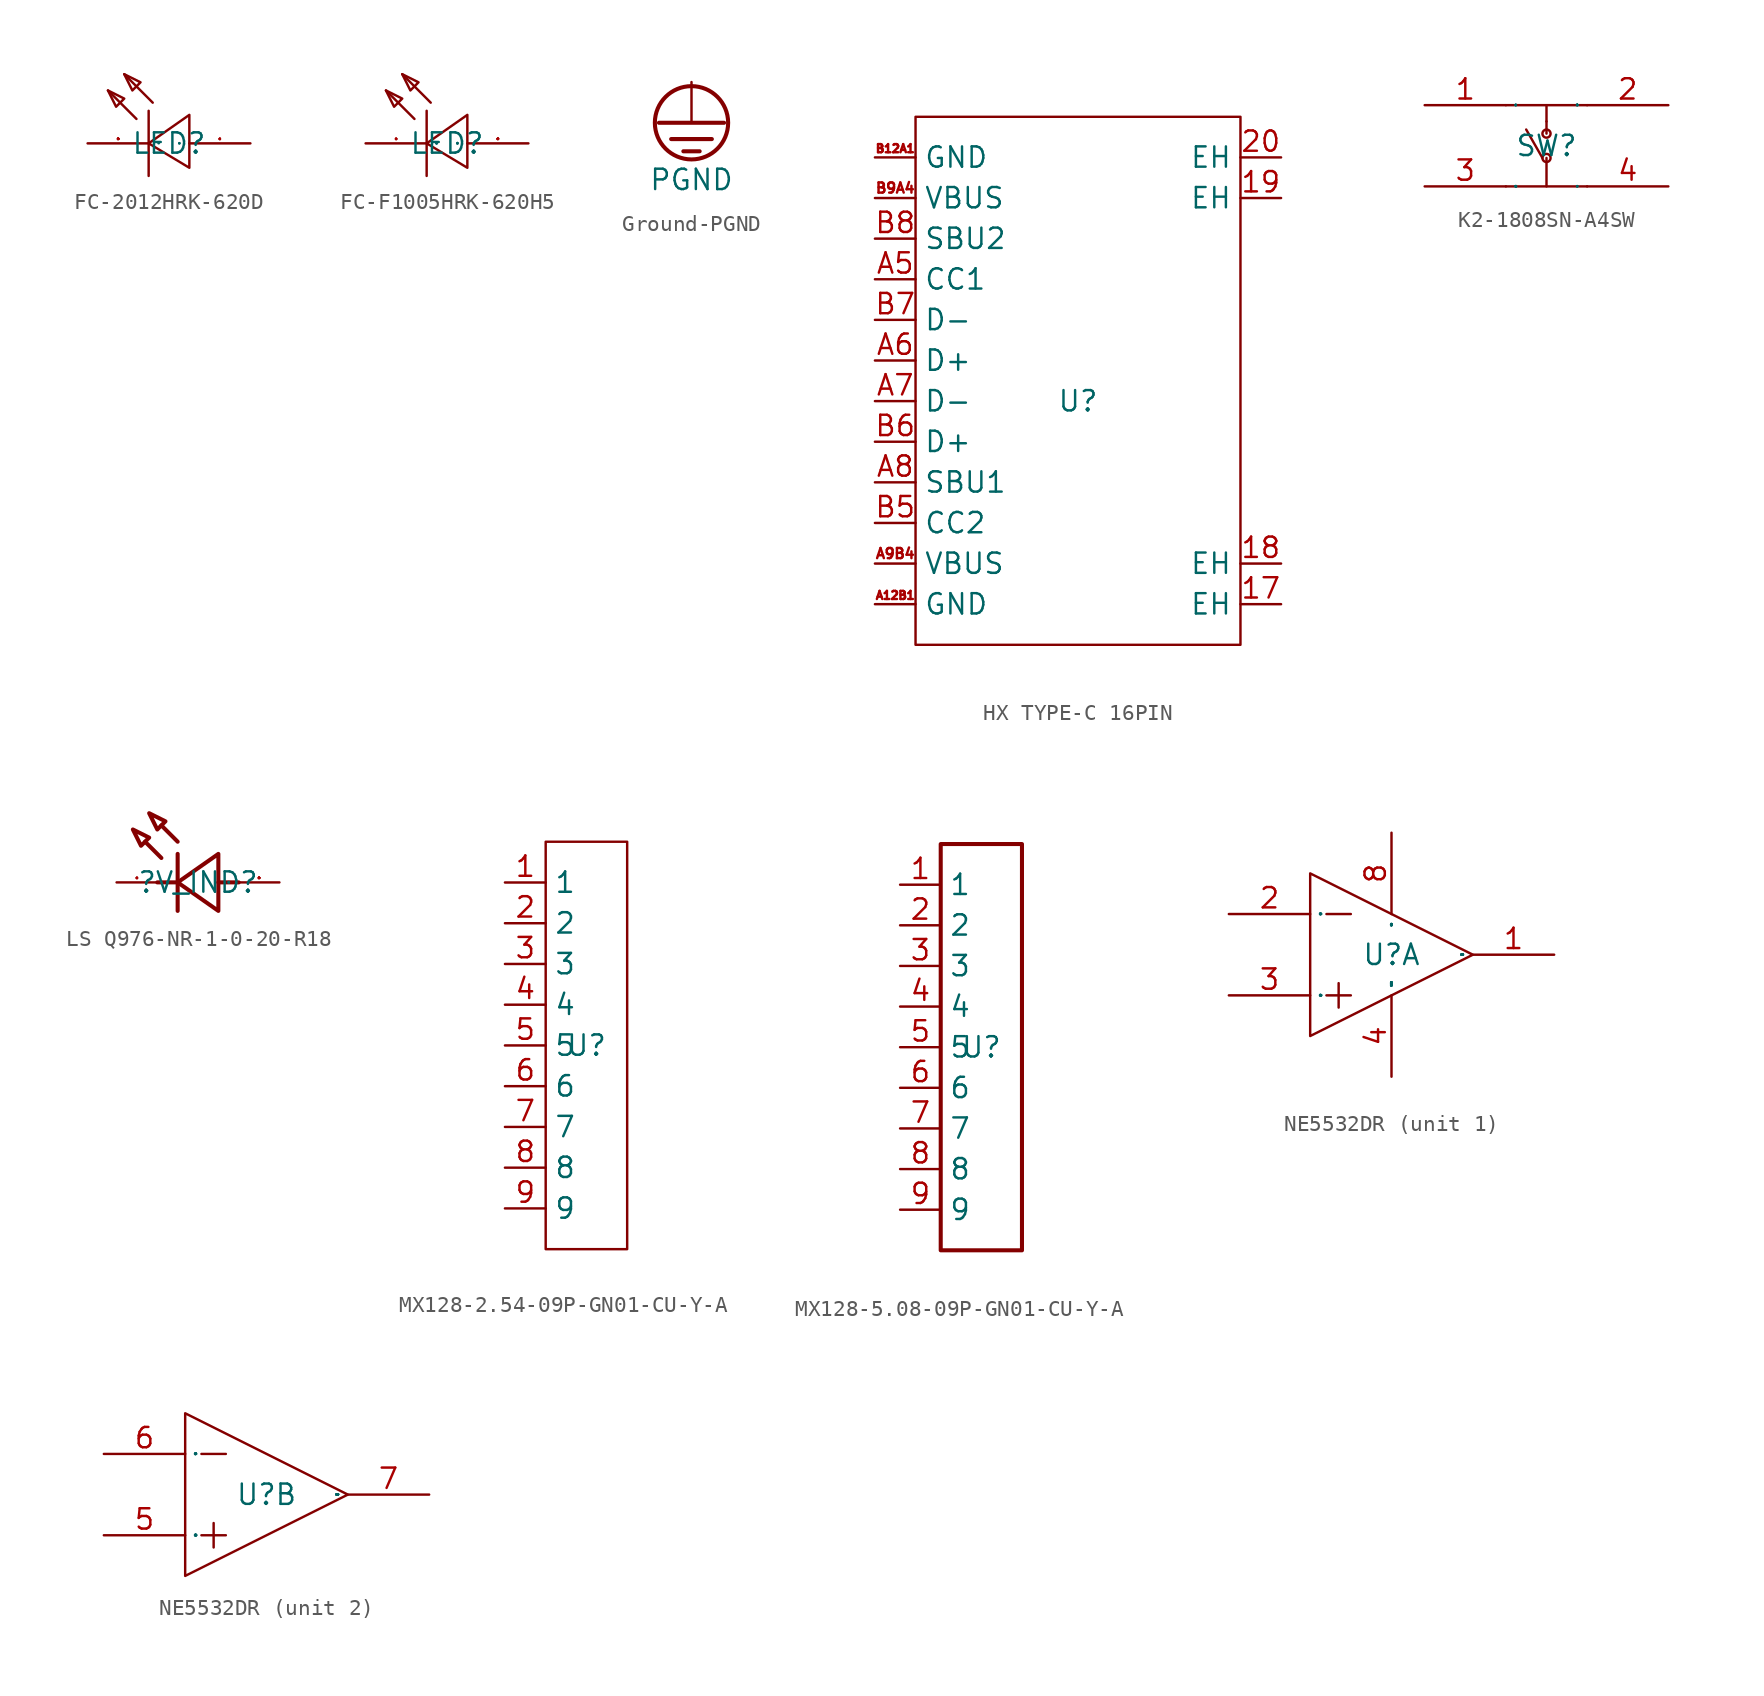
<source format=kicad_sym>
(kicad_symbol_lib
  (version 20241209)
  (generator "kicad_symbol_editor")
  (generator_version "9.0")
  (symbol "FC-2012HRK-620D"
    (property "Reference" "LED"
      (at 0 0 0)
      (effects (font (size 1.27 1.27))))
    (property "Value" ""
      (at 0 0 0)
      (effects (font (size 1.27 1.27))))
    (symbol "FC-2012HRK-620D_1_0"
      (polyline (pts (xy -3.81 3.302) (xy -2.794 2.794) (xy -2.794 2.794) (xy -3.302 2.286) (xy -3.302 2.286) (xy -3.81 3.302)) (stroke (width 0) (type default)) (fill (type none)))
      (polyline (pts (xy -2.794 4.318) (xy -1.778 3.81) (xy -1.778 3.81) (xy -2.286 3.302) (xy -2.286 3.302) (xy -2.794 4.318)) (stroke (width 0) (type default)) (fill (type none)))
      (polyline (pts (xy -2.032 1.524) (xy -3.81 3.302)) (stroke (width 0) (type default)) (fill (type none)))
      (polyline (pts (xy -1.27 2.032) (xy -1.27 -2.032)) (stroke (width 0) (type default)) (fill (type none)))
      (polyline (pts (xy -1.016 2.54) (xy -2.794 4.318)) (stroke (width 0) (type default)) (fill (type none)))
      (polyline (pts (xy 1.27 -1.524) (xy -1.27 0) (xy -1.27 0) (xy 1.27 1.778) (xy 1.27 1.778) (xy 1.27 -1.524)) (stroke (width 0) (type default)) (fill (type none)))
      (pin unspecified line (at -5.08 0 0) (length 3.81) (name "-" (effects (font (size 0.025 0.025)))) (number "2" (effects (font (size 0.025 0.025)))))
      (pin unspecified line (at 5.08 0 180) (length 3.81) (name "+" (effects (font (size 0.025 0.025)))) (number "1" (effects (font (size 0.025 0.025)))))))
  (symbol "FC-F1005HRK-620H5"
    (property "Reference" "LED"
      (at 0 0 0)
      (effects (font (size 1.27 1.27))))
    (property "Value" ""
      (at 0 0 0)
      (effects (font (size 1.27 1.27))))
    (symbol "FC-F1005HRK-620H5_1_0"
      (polyline (pts (xy -3.81 3.302) (xy -2.794 2.794) (xy -2.794 2.794) (xy -3.302 2.286) (xy -3.302 2.286) (xy -3.81 3.302)) (stroke (width 0) (type default)) (fill (type none)))
      (polyline (pts (xy -2.794 4.318) (xy -1.778 3.81) (xy -1.778 3.81) (xy -2.286 3.302) (xy -2.286 3.302) (xy -2.794 4.318)) (stroke (width 0) (type default)) (fill (type none)))
      (polyline (pts (xy -2.032 1.524) (xy -3.81 3.302)) (stroke (width 0) (type default)) (fill (type none)))
      (polyline (pts (xy -1.27 2.032) (xy -1.27 -2.032)) (stroke (width 0) (type default)) (fill (type none)))
      (polyline (pts (xy -1.016 2.54) (xy -2.794 4.318)) (stroke (width 0) (type default)) (fill (type none)))
      (polyline (pts (xy 1.27 -1.524) (xy -1.27 0) (xy -1.27 0) (xy 1.27 1.778) (xy 1.27 1.778) (xy 1.27 -1.524)) (stroke (width 0) (type default)) (fill (type none)))
      (pin input line (at -5.08 0 0) (length 3.81) (name "K" (effects (font (size 0.025 0.025)))) (number "1" (effects (font (size 0.025 0.025)))))
      (pin input line (at 5.08 0 180) (length 3.81) (name "A" (effects (font (size 0.025 0.025)))) (number "2" (effects (font (size 0.025 0.025)))))))
  (symbol "Ground-PGND"
    (power)
    (pin_numbers
      (hide yes))
    (pin_names
      (hide yes))
    (property "Reference" "#PWR"
      (at 0 0 0)
      (effects (font (size 1.27 1.27)) (hide yes)))
    (property "Value" "PGND"
      (at 0 -6.096 0)
      (effects (font (size 1.27 1.27))))
    (symbol "Ground-PGND_1_0"
      (polyline (pts (xy -2.032 -2.54) (xy 2.032 -2.54)) (stroke (width 0.254) (type default)) (fill (type none)))
      (polyline (pts (xy -1.27 -3.556) (xy 1.27 -3.556)) (stroke (width 0.254) (type default)) (fill (type none)))
      (polyline (pts (xy -0.508 -4.318) (xy 0.508 -4.318)) (stroke (width 0.254) (type default)) (fill (type none)))
      (circle (center 0 -2.54) (radius 2.286) (stroke (width 0.254) (type solid)) (fill (type none)))
      (pin power_in line (at 0 0 270) (length 2.54) (name "" (effects (font (size 1.27 1.27)))) (number "1" (effects (font (size 0.025 0.025)))))))
  (symbol "HX TYPE-C 16PIN"
    (property "Reference" "U"
      (at 0 0 0)
      (effects (font (size 1.27 1.27))))
    (property "Value" ""
      (at 0 0 0)
      (effects (font (size 1.27 1.27))))
    (symbol "HX TYPE-C 16PIN_1_0"
      (rectangle (start -10.16 -15.24) (end 10.16 17.78) (stroke (width 0) (type default)) (fill (type none)))
      (pin unspecified line (at -12.7 15.24 0) (length 2.54) (name "GND" (effects (font (size 1.27 1.27)))) (number "B12A1" (effects (font (size 0.508 0.508)))))
      (pin unspecified line (at -12.7 12.7 0) (length 2.54) (name "VBUS" (effects (font (size 1.27 1.27)))) (number "B9A4" (effects (font (size 0.635 0.635)))))
      (pin unspecified line (at -12.7 10.16 0) (length 2.54) (name "SBU2" (effects (font (size 1.27 1.27)))) (number "B8" (effects (font (size 1.27 1.27)))))
      (pin unspecified line (at -12.7 7.62 0) (length 2.54) (name "CC1" (effects (font (size 1.27 1.27)))) (number "A5" (effects (font (size 1.27 1.27)))))
      (pin unspecified line (at -12.7 5.08 0) (length 2.54) (name "D-" (effects (font (size 1.27 1.27)))) (number "B7" (effects (font (size 1.27 1.27)))))
      (pin unspecified line (at -12.7 2.54 0) (length 2.54) (name "D+" (effects (font (size 1.27 1.27)))) (number "A6" (effects (font (size 1.27 1.27)))))
      (pin unspecified line (at -12.7 0 0) (length 2.54) (name "D-" (effects (font (size 1.27 1.27)))) (number "A7" (effects (font (size 1.27 1.27)))))
      (pin unspecified line (at -12.7 -2.54 0) (length 2.54) (name "D+" (effects (font (size 1.27 1.27)))) (number "B6" (effects (font (size 1.27 1.27)))))
      (pin unspecified line (at -12.7 -5.08 0) (length 2.54) (name "SBU1" (effects (font (size 1.27 1.27)))) (number "A8" (effects (font (size 1.27 1.27)))))
      (pin unspecified line (at -12.7 -7.62 0) (length 2.54) (name "CC2" (effects (font (size 1.27 1.27)))) (number "B5" (effects (font (size 1.27 1.27)))))
      (pin unspecified line (at -12.7 -10.16 0) (length 2.54) (name "VBUS" (effects (font (size 1.27 1.27)))) (number "A9B4" (effects (font (size 0.635 0.635)))))
      (pin unspecified line (at -12.7 -12.7 0) (length 2.54) (name "GND" (effects (font (size 1.27 1.27)))) (number "A12B1" (effects (font (size 0.508 0.508)))))
      (pin unspecified line (at 12.7 15.24 180) (length 2.54) (name "EH" (effects (font (size 1.27 1.27)))) (number "20" (effects (font (size 1.27 1.27)))))
      (pin unspecified line (at 12.7 12.7 180) (length 2.54) (name "EH" (effects (font (size 1.27 1.27)))) (number "19" (effects (font (size 1.27 1.27)))))
      (pin unspecified line (at 12.7 -10.16 180) (length 2.54) (name "EH" (effects (font (size 1.27 1.27)))) (number "18" (effects (font (size 1.27 1.27)))))
      (pin unspecified line (at 12.7 -12.7 180) (length 2.54) (name "EH" (effects (font (size 1.27 1.27)))) (number "17" (effects (font (size 1.27 1.27)))))))
  (symbol "K2-1808SN-A4SW"
    (property "Reference" "SW"
      (at 0 0 0)
      (effects (font (size 1.27 1.27))))
    (property "Value" ""
      (at 0 0 0)
      (effects (font (size 1.27 1.27))))
    (symbol "K2-1808SN-A4SW_1_0"
      (polyline (pts (xy -2.54 2.54) (xy 2.54 2.54)) (stroke (width 0) (type default)) (fill (type none)))
      (polyline (pts (xy -2.54 -2.54) (xy 2.54 -2.54)) (stroke (width 0) (type default)) (fill (type none)))
      (polyline (pts (xy -1.27 1.016) (xy -0.254 -0.762)) (stroke (width 0) (type default)) (fill (type none)))
      (polyline (pts (xy 0 2.54) (xy 0 1.524)) (stroke (width 0) (type default)) (fill (type none)))
      (polyline (pts (xy 0 1.524) (xy 0 0.762)) (stroke (width 0) (type default)) (fill (type none)))
      (circle (center 0 0.762) (radius 0.254) (stroke (width 0) (type default)) (fill (type none)))
      (circle (center 0 -0.762) (radius 0.254) (stroke (width 0) (type default)) (fill (type none)))
      (polyline (pts (xy 0 -2.54) (xy 0 -0.762)) (stroke (width 0) (type default)) (fill (type none)))
      (pin input line (at -7.62 2.54 0) (length 5.08) (name "1" (effects (font (size 0.025 0.025)))) (number "1" (effects (font (size 1.27 1.27)))))
      (pin input line (at -7.62 -2.54 0) (length 5.08) (name "3" (effects (font (size 0.025 0.025)))) (number "3" (effects (font (size 1.27 1.27)))))
      (pin input line (at 7.62 2.54 180) (length 5.08) (name "2" (effects (font (size 0.025 0.025)))) (number "2" (effects (font (size 1.27 1.27)))))
      (pin input line (at 7.62 -2.54 180) (length 5.08) (name "4" (effects (font (size 0.025 0.025)))) (number "4" (effects (font (size 1.27 1.27)))))))
  (symbol "LS Q976-NR-1-0-20-R18"
    (property "Reference" "?V_IND"
      (at 0 0 0)
      (effects (font (size 1.27 1.27))))
    (property "Value" ""
      (at 0 0 0)
      (effects (font (size 1.27 1.27))))
    (symbol "LS Q976-NR-1-0-20-R18_1_0"
      (polyline (pts (xy -4.064 3.302) (xy -3.048 2.794) (xy -3.048 2.794) (xy -3.556 2.286) (xy -3.556 2.286) (xy -4.064 3.302)) (stroke (width 0.254) (type default)) (fill (type none)))
      (polyline (pts (xy -3.048 4.318) (xy -2.032 3.81) (xy -2.032 3.81) (xy -2.54 3.302) (xy -2.54 3.302) (xy -3.048 4.318)) (stroke (width 0.254) (type default)) (fill (type none)))
      (polyline (pts (xy -2.286 1.524) (xy -3.302 2.54)) (stroke (width 0.254) (type default)) (fill (type none)))
      (polyline (pts (xy -1.27 2.54) (xy -2.286 3.556)) (stroke (width 0.254) (type default)) (fill (type none)))
      (polyline (pts (xy -1.27 1.778) (xy -1.27 -1.778)) (stroke (width 0.254) (type default)) (fill (type none)))
      (polyline (pts (xy -1.27 0) (xy -2.54 0)) (stroke (width 0.254) (type default)) (fill (type none)))
      (polyline (pts (xy 1.27 1.778) (xy -1.27 0) (xy -1.27 0) (xy 1.27 -1.778) (xy 1.27 -1.778) (xy 1.27 1.778)) (stroke (width 0.254) (type default)) (fill (type none)))
      (polyline (pts (xy 2.54 0) (xy 1.27 0)) (stroke (width 0.254) (type default)) (fill (type none)))
      (pin unspecified line (at -5.08 0 0) (length 2.54) (name "K" (effects (font (size 0.025 0.025)))) (number "1" (effects (font (size 0.025 0.025)))))
      (pin unspecified line (at 5.08 0 180) (length 2.54) (name "A" (effects (font (size 0.025 0.025)))) (number "2" (effects (font (size 0.025 0.025)))))))
  (symbol "MX128-2.54-09P-GN01-CU-Y-A"
    (property "Reference" "U"
      (at 0 0 0)
      (effects (font (size 1.27 1.27))))
    (property "Value" ""
      (at 0 0 0)
      (effects (font (size 1.27 1.27))))
    (symbol "MX128-2.54-09P-GN01-CU-Y-A_1_0"
      (rectangle (start -2.54 12.7) (end 2.54 -12.7) (stroke (width 0) (type default)) (fill (type none)))
      (pin unspecified line (at -5.08 10.16 0) (length 2.54) (name "1" (effects (font (size 1.27 1.27)))) (number "1" (effects (font (size 1.27 1.27)))))
      (pin unspecified line (at -5.08 7.62 0) (length 2.54) (name "2" (effects (font (size 1.27 1.27)))) (number "2" (effects (font (size 1.27 1.27)))))
      (pin unspecified line (at -5.08 5.08 0) (length 2.54) (name "3" (effects (font (size 1.27 1.27)))) (number "3" (effects (font (size 1.27 1.27)))))
      (pin unspecified line (at -5.08 2.54 0) (length 2.54) (name "4" (effects (font (size 1.27 1.27)))) (number "4" (effects (font (size 1.27 1.27)))))
      (pin unspecified line (at -5.08 0 0) (length 2.54) (name "5" (effects (font (size 1.27 1.27)))) (number "5" (effects (font (size 1.27 1.27)))))
      (pin unspecified line (at -5.08 -2.54 0) (length 2.54) (name "6" (effects (font (size 1.27 1.27)))) (number "6" (effects (font (size 1.27 1.27)))))
      (pin unspecified line (at -5.08 -5.08 0) (length 2.54) (name "7" (effects (font (size 1.27 1.27)))) (number "7" (effects (font (size 1.27 1.27)))))
      (pin unspecified line (at -5.08 -7.62 0) (length 2.54) (name "8" (effects (font (size 1.27 1.27)))) (number "8" (effects (font (size 1.27 1.27)))))
      (pin unspecified line (at -5.08 -10.16 0) (length 2.54) (name "9" (effects (font (size 1.27 1.27)))) (number "9" (effects (font (size 1.27 1.27)))))))
  (symbol "MX128-5.08-09P-GN01-CU-Y-A"
    (property "Reference" "U"
      (at 0 0 0)
      (effects (font (size 1.27 1.27))))
    (property "Value" ""
      (at 0 0 0)
      (effects (font (size 1.27 1.27))))
    (symbol "MX128-5.08-09P-GN01-CU-Y-A_1_0"
      (rectangle (start -2.54 12.7) (end 2.54 -12.7) (stroke (width 0.254) (type default)) (fill (type none)))
      (pin unspecified line (at -5.08 10.16 0) (length 2.54) (name "1" (effects (font (size 1.27 1.27)))) (number "1" (effects (font (size 1.27 1.27)))))
      (pin unspecified line (at -5.08 7.62 0) (length 2.54) (name "2" (effects (font (size 1.27 1.27)))) (number "2" (effects (font (size 1.27 1.27)))))
      (pin unspecified line (at -5.08 5.08 0) (length 2.54) (name "3" (effects (font (size 1.27 1.27)))) (number "3" (effects (font (size 1.27 1.27)))))
      (pin unspecified line (at -5.08 2.54 0) (length 2.54) (name "4" (effects (font (size 1.27 1.27)))) (number "4" (effects (font (size 1.27 1.27)))))
      (pin unspecified line (at -5.08 0 0) (length 2.54) (name "5" (effects (font (size 1.27 1.27)))) (number "5" (effects (font (size 1.27 1.27)))))
      (pin unspecified line (at -5.08 -2.54 0) (length 2.54) (name "6" (effects (font (size 1.27 1.27)))) (number "6" (effects (font (size 1.27 1.27)))))
      (pin unspecified line (at -5.08 -5.08 0) (length 2.54) (name "7" (effects (font (size 1.27 1.27)))) (number "7" (effects (font (size 1.27 1.27)))))
      (pin unspecified line (at -5.08 -7.62 0) (length 2.54) (name "8" (effects (font (size 1.27 1.27)))) (number "8" (effects (font (size 1.27 1.27)))))
      (pin unspecified line (at -5.08 -10.16 0) (length 2.54) (name "9" (effects (font (size 1.27 1.27)))) (number "9" (effects (font (size 1.27 1.27)))))))
  (symbol "NE5532DR"
    (property "Reference" "U"
      (at 0 0 0)
      (effects (font (size 1.27 1.27))))
    (property "Value" ""
      (at 0 0 0)
      (effects (font (size 1.27 1.27))))
    (symbol "NE5532DR_1_0"
      (polyline (pts (xy -5.08 -5.08) (xy 5.08 0) (xy 5.08 0) (xy -5.08 5.08) (xy -5.08 5.08) (xy -5.08 -5.08)) (stroke (width 0) (type default)) (fill (type none)))
      (polyline (pts (xy -4.064 2.54) (xy -2.54 2.54)) (stroke (width 0) (type default)) (fill (type none)))
      (polyline (pts (xy -4.064 -2.54) (xy -2.54 -2.54)) (stroke (width 0) (type default)) (fill (type none)))
      (polyline (pts (xy -3.302 -1.778) (xy -3.302 -3.302)) (stroke (width 0) (type default)) (fill (type none)))
      (pin unspecified line (at -10.16 2.54 0) (length 5.08) (name "IN1-" (effects (font (size 0.025 0.025)))) (number "2" (effects (font (size 1.27 1.27)))))
      (pin unspecified line (at -10.16 -2.54 0) (length 5.08) (name "IN1+" (effects (font (size 0.025 0.025)))) (number "3" (effects (font (size 1.27 1.27)))))
      (pin unspecified line (at 0 7.62 270) (length 5.08) (name "VCC+" (effects (font (size 0.025 0.025)))) (number "8" (effects (font (size 1.27 1.27)))))
      (pin unspecified line (at 0 -7.62 90) (length 5.08) (name "VCC-/GND" (effects (font (size 0.025 0.025)))) (number "4" (effects (font (size 1.27 1.27)))))
      (pin output line (at 10.16 0 180) (length 5.08) (name "OUT1" (effects (font (size 0.025 0.025)))) (number "1" (effects (font (size 1.27 1.27))))))
    (symbol "NE5532DR_2_0"
      (polyline (pts (xy -5.08 -5.08) (xy 5.08 0) (xy 5.08 0) (xy -5.08 5.08) (xy -5.08 5.08) (xy -5.08 -5.08)) (stroke (width 0) (type default)) (fill (type none)))
      (polyline (pts (xy -4.064 2.54) (xy -2.54 2.54)) (stroke (width 0) (type default)) (fill (type none)))
      (polyline (pts (xy -4.064 -2.54) (xy -2.54 -2.54)) (stroke (width 0) (type default)) (fill (type none)))
      (polyline (pts (xy -3.302 -1.778) (xy -3.302 -3.302)) (stroke (width 0) (type default)) (fill (type none)))
      (pin unspecified line (at -10.16 2.54 0) (length 5.08) (name "IN2-" (effects (font (size 0.025 0.025)))) (number "6" (effects (font (size 1.27 1.27)))))
      (pin unspecified line (at -10.16 -2.54 0) (length 5.08) (name "IN2+" (effects (font (size 0.025 0.025)))) (number "5" (effects (font (size 1.27 1.27)))))
      (pin output line (at 10.16 0 180) (length 5.08) (name "OUT2" (effects (font (size 0.025 0.025)))) (number "7" (effects (font (size 1.27 1.27))))))))
</source>
